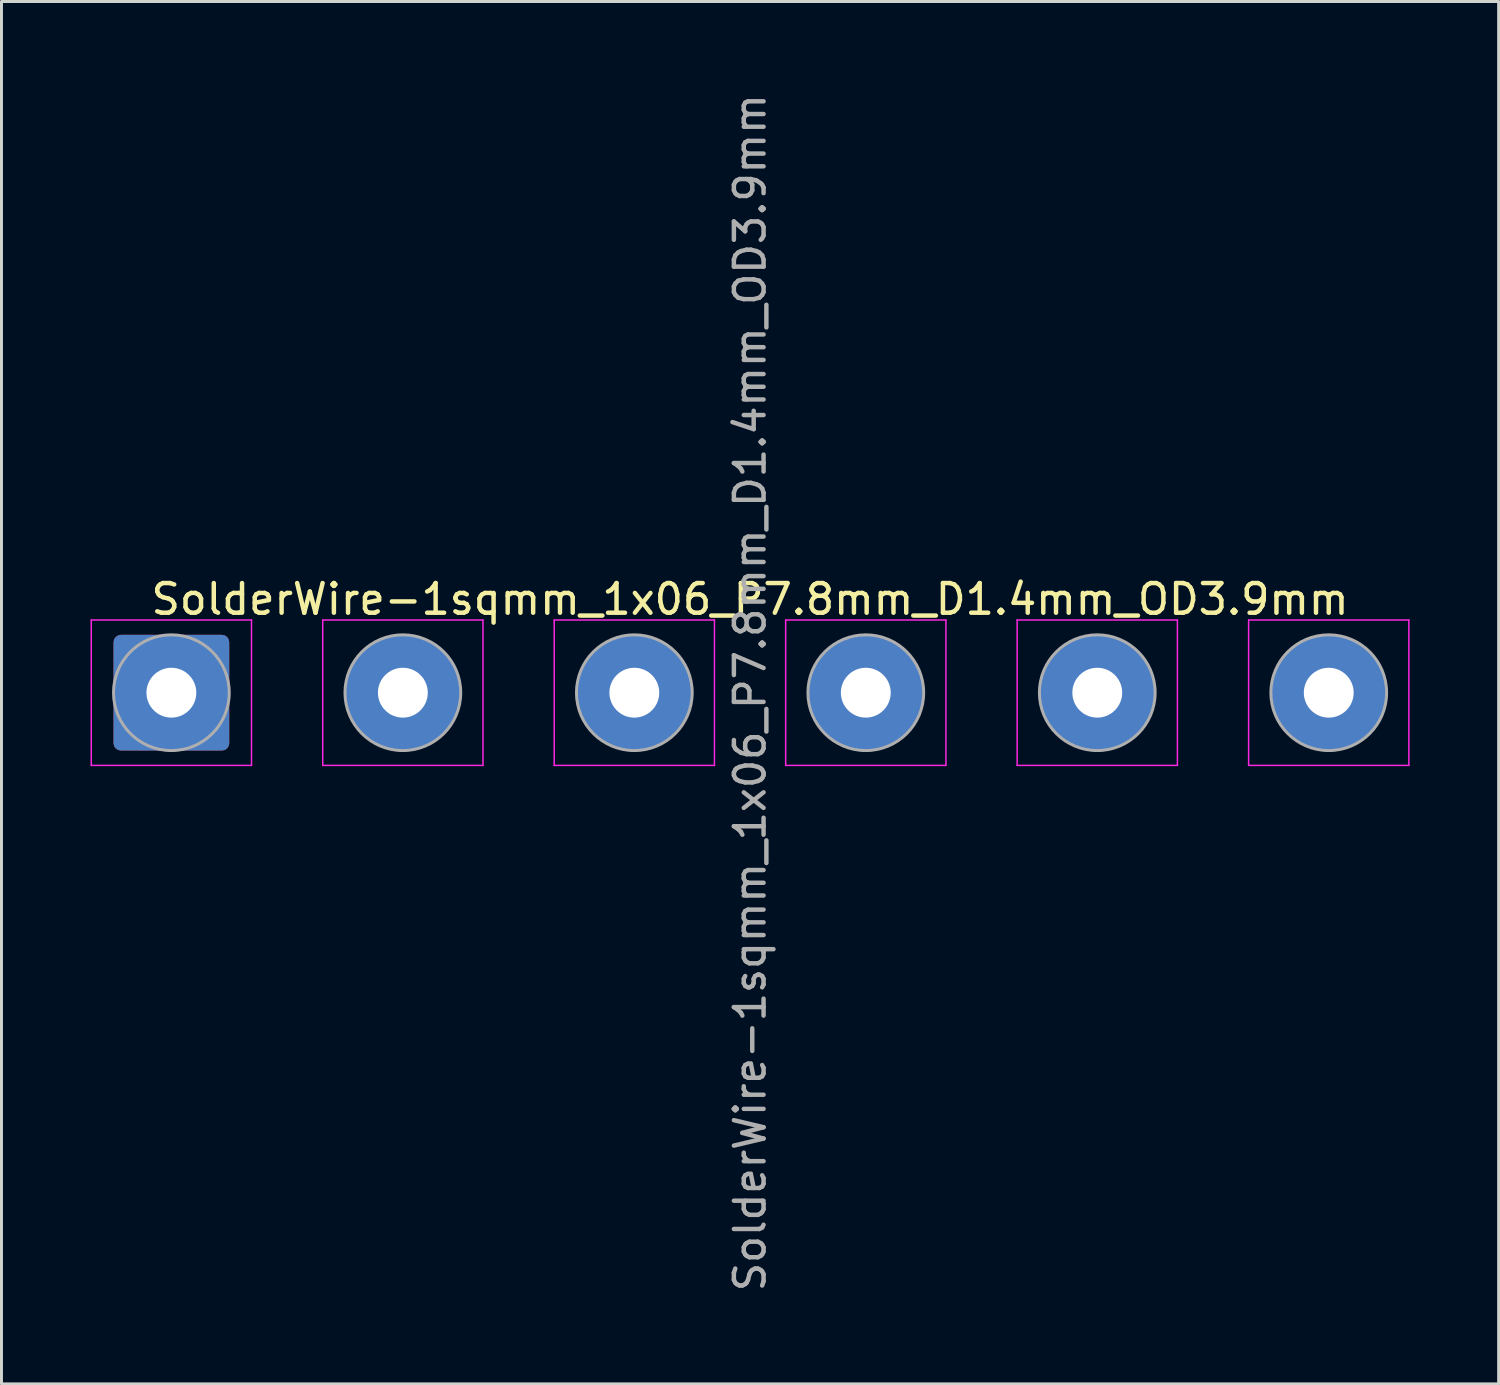
<source format=kicad_pcb>
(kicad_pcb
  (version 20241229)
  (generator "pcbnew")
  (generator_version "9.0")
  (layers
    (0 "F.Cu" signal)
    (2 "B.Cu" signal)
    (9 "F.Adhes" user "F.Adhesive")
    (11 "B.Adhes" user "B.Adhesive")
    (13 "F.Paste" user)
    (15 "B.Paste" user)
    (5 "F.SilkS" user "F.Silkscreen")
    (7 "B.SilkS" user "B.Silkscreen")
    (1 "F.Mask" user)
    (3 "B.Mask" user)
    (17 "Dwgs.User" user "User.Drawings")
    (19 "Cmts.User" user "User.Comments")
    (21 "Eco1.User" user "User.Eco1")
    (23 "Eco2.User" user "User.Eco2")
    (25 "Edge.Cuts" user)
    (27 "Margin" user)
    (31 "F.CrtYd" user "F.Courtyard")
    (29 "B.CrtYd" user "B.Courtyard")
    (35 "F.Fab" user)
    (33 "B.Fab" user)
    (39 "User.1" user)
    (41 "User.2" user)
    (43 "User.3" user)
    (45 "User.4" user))
  (footprint "SolderWire-1sqmm_1x06_P7.8mm_D1.4mm_OD3.9mm"
    (layer "F.Cu")
    (at 2.725 20.292)
    (property "Reference" "SolderWire-1sqmm_1x06_P7.8mm_D1.4mm_OD3.9mm" (at 19.5 -3.15 0) (layer "F.SilkS") (effects (font (size 1 1) (thickness 0.15))))
    (attr exclude_from_pos_files exclude_from_bom)
    (fp_line (start -2.7 -2.45) (end -2.7 2.45) (stroke (width 0.05) (type solid)) (layer "F.CrtYd"))
    (fp_line (start -2.7 2.45) (end 2.7 2.45) (stroke (width 0.05) (type solid)) (layer "F.CrtYd"))
    (fp_line (start 2.7 -2.45) (end -2.7 -2.45) (stroke (width 0.05) (type solid)) (layer "F.CrtYd"))
    (fp_line (start 2.7 2.45) (end 2.7 -2.45) (stroke (width 0.05) (type solid)) (layer "F.CrtYd"))
    (fp_line (start 5.1 -2.45) (end 5.1 2.45) (stroke (width 0.05) (type solid)) (layer "F.CrtYd"))
    (fp_line (start 5.1 2.45) (end 10.5 2.45) (stroke (width 0.05) (type solid)) (layer "F.CrtYd"))
    (fp_line (start 10.5 -2.45) (end 5.1 -2.45) (stroke (width 0.05) (type solid)) (layer "F.CrtYd"))
    (fp_line (start 10.5 2.45) (end 10.5 -2.45) (stroke (width 0.05) (type solid)) (layer "F.CrtYd"))
    (fp_line (start 12.9 -2.45) (end 12.9 2.45) (stroke (width 0.05) (type solid)) (layer "F.CrtYd"))
    (fp_line (start 12.9 2.45) (end 18.3 2.45) (stroke (width 0.05) (type solid)) (layer "F.CrtYd"))
    (fp_line (start 18.3 -2.45) (end 12.9 -2.45) (stroke (width 0.05) (type solid)) (layer "F.CrtYd"))
    (fp_line (start 18.3 2.45) (end 18.3 -2.45) (stroke (width 0.05) (type solid)) (layer "F.CrtYd"))
    (fp_line (start 20.7 -2.45) (end 20.7 2.45) (stroke (width 0.05) (type solid)) (layer "F.CrtYd"))
    (fp_line (start 20.7 2.45) (end 26.1 2.45) (stroke (width 0.05) (type solid)) (layer "F.CrtYd"))
    (fp_line (start 26.1 -2.45) (end 20.7 -2.45) (stroke (width 0.05) (type solid)) (layer "F.CrtYd"))
    (fp_line (start 26.1 2.45) (end 26.1 -2.45) (stroke (width 0.05) (type solid)) (layer "F.CrtYd"))
    (fp_line (start 28.5 -2.45) (end 28.5 2.45) (stroke (width 0.05) (type solid)) (layer "F.CrtYd"))
    (fp_line (start 28.5 2.45) (end 33.9 2.45) (stroke (width 0.05) (type solid)) (layer "F.CrtYd"))
    (fp_line (start 33.9 -2.45) (end 28.5 -2.45) (stroke (width 0.05) (type solid)) (layer "F.CrtYd"))
    (fp_line (start 33.9 2.45) (end 33.9 -2.45) (stroke (width 0.05) (type solid)) (layer "F.CrtYd"))
    (fp_line (start 36.3 -2.45) (end 36.3 2.45) (stroke (width 0.05) (type solid)) (layer "F.CrtYd"))
    (fp_line (start 36.3 2.45) (end 41.7 2.45) (stroke (width 0.05) (type solid)) (layer "F.CrtYd"))
    (fp_line (start 41.7 -2.45) (end 36.3 -2.45) (stroke (width 0.05) (type solid)) (layer "F.CrtYd"))
    (fp_line (start 41.7 2.45) (end 41.7 -2.45) (stroke (width 0.05) (type solid)) (layer "F.CrtYd"))
    (fp_circle (center 0 0) (end 1.95 0) (stroke (width 0.1) (type solid)) (fill no) (layer "F.Fab"))
    (fp_circle (center 7.8 0) (end 9.75 0) (stroke (width 0.1) (type solid)) (fill no) (layer "F.Fab"))
    (fp_circle (center 15.6 0) (end 17.55 0) (stroke (width 0.1) (type solid)) (fill no) (layer "F.Fab"))
    (fp_circle (center 23.4 0) (end 25.35 0) (stroke (width 0.1) (type solid)) (fill no) (layer "F.Fab"))
    (fp_circle (center 31.2 0) (end 33.15 0) (stroke (width 0.1) (type solid)) (fill no) (layer "F.Fab"))
    (fp_circle (center 39 0) (end 40.95 0) (stroke (width 0.1) (type solid)) (fill no) (layer "F.Fab"))
    (fp_text user "${REFERENCE}" (at 19.5 0 90) (layer "F.Fab") (effects (font (size 1 1) (thickness 0.15))))
    (pad "1" thru_hole roundrect (at 0 0) (size 3.9 3.9) (drill 1.68) (layers "*.Cu" "*.Mask") (roundrect_rratio 0.064))
    (pad "2" thru_hole circle (at 7.8 0) (size 3.9 3.9) (drill 1.68) (layers "*.Cu" "*.Mask"))
    (pad "3" thru_hole circle (at 15.6 0) (size 3.9 3.9) (drill 1.68) (layers "*.Cu" "*.Mask"))
    (pad "4" thru_hole circle (at 23.4 0) (size 3.9 3.9) (drill 1.68) (layers "*.Cu" "*.Mask"))
    (pad "5" thru_hole circle (at 31.2 0) (size 3.9 3.9) (drill 1.68) (layers "*.Cu" "*.Mask"))
    (pad "6" thru_hole circle (at 39 0) (size 3.9 3.9) (drill 1.68) (layers "*.Cu" "*.Mask")))
  (gr_rect
    (start -3 -3)
    (end 47.45 43.583)
    (stroke (width 0.1) (type default))
    (fill no)
    (layer "Edge.Cuts")))
</source>
